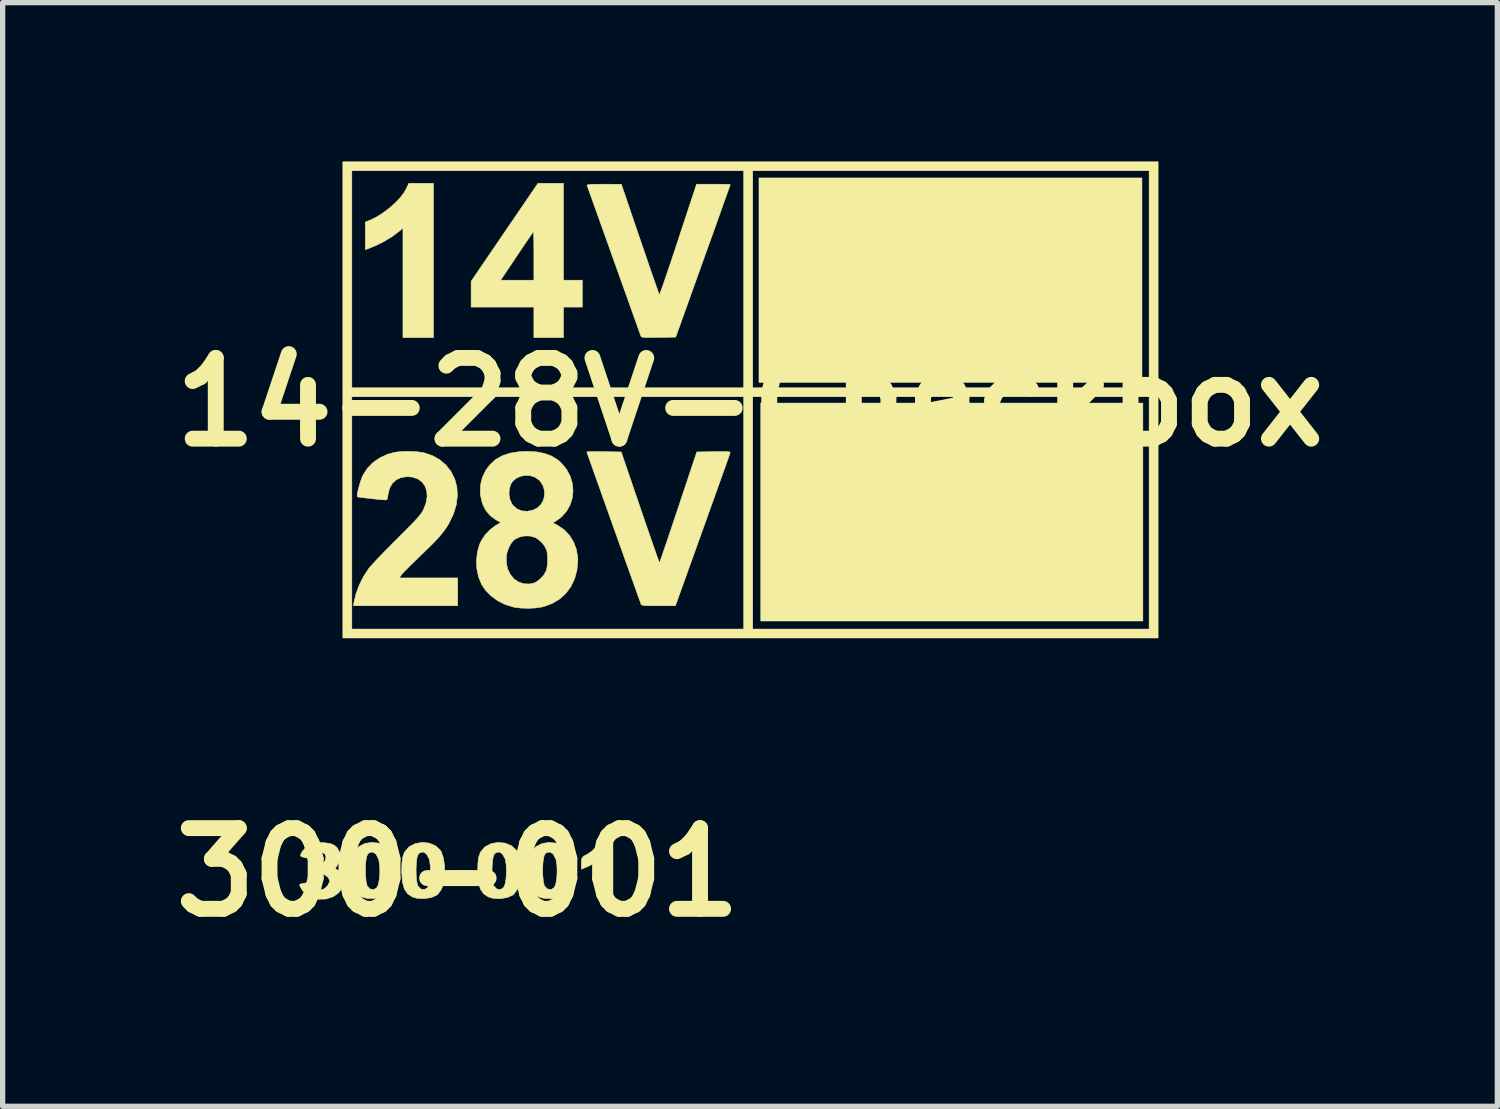
<source format=kicad_pcb>
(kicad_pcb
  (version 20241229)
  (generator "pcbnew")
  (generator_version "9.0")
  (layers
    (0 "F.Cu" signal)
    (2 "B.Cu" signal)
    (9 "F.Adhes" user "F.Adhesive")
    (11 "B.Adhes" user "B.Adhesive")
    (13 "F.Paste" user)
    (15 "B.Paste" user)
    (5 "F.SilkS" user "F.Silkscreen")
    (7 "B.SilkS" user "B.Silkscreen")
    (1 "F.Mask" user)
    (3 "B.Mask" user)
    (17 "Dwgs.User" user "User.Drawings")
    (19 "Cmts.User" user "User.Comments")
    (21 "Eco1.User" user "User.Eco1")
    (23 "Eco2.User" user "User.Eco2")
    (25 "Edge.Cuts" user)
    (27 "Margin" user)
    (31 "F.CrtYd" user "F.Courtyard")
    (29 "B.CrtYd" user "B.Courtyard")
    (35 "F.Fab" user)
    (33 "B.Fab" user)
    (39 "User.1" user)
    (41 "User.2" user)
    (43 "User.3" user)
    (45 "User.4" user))
  (footprint "300-001"
    (layer "F.Cu")
    (at 5.595 13.42)
    (property "Reference" "300-001" (at 0 0 0) (layer "F.SilkS") (effects (font (size 1.524 1.524) (thickness 0.3))))
    (attr through_hole)
    (fp_poly (pts (xy 0.269 0.209) (xy -0.149 0.209) (xy -0.149 -0.03) (xy 0.269 -0.03) (xy 0.269 0.209)) (stroke (width 0.01) (type solid)) (fill yes) (layer "F.SilkS"))
    (fp_poly (pts (xy 2.928 0.478) (xy 2.63 0.478) (xy 2.63 0.131) (xy 2.629 -0.019) (xy 2.625 -0.117) (xy 2.617 -0.171) (xy 2.604 -0.189) (xy 2.59 -0.184) (xy 2.537 -0.151) (xy 2.458 -0.112) (xy 2.441 -0.105) (xy 2.331 -0.059) (xy 2.331 -0.175) (xy 2.338 -0.256) (xy 2.367 -0.301) (xy 2.417 -0.327) (xy 2.491 -0.371) (xy 2.574 -0.439) (xy 2.602 -0.465) (xy 2.681 -0.534) (xy 2.756 -0.563) (xy 2.815 -0.568) (xy 2.928 -0.568) (xy 2.928 0.478)) (stroke (width 0.01) (type solid)) (fill yes) (layer "F.SilkS"))
    (fp_poly (pts (xy -1.5 -0.552) (xy -1.38 -0.503) (xy -1.288 -0.417) (xy -1.267 -0.384) (xy -1.229 -0.27) (xy -1.207 -0.122) (xy -1.203 0.036) (xy -1.218 0.182) (xy -1.231 0.236) (xy -1.276 0.337) (xy -1.337 0.416) (xy -1.35 0.427) (xy -1.454 0.475) (xy -1.586 0.497) (xy -1.72 0.492) (xy -1.813 0.466) (xy -1.905 0.405) (xy -1.967 0.313) (xy -2.003 0.183) (xy -2.016 0.006) (xy -2.017 -0.03) (xy -2.015 -0.066) (xy -1.746 -0.066) (xy -1.743 0.059) (xy -1.733 0.17) (xy -1.714 0.25) (xy -1.709 0.261) (xy -1.652 0.317) (xy -1.583 0.324) (xy -1.527 0.287) (xy -1.499 0.223) (xy -1.481 0.118) (xy -1.473 -0.005) (xy -1.477 -0.129) (xy -1.493 -0.234) (xy -1.499 -0.254) (xy -1.546 -0.343) (xy -1.607 -0.384) (xy -1.671 -0.372) (xy -1.704 -0.343) (xy -1.726 -0.285) (xy -1.74 -0.187) (xy -1.746 -0.066) (xy -2.015 -0.066) (xy -2.012 -0.183) (xy -1.996 -0.292) (xy -1.968 -0.374) (xy -1.963 -0.383) (xy -1.879 -0.481) (xy -1.764 -0.541) (xy -1.633 -0.565) (xy -1.5 -0.552)) (stroke (width 0.01) (type solid)) (fill yes) (layer "F.SilkS"))
    (fp_poly (pts (xy -0.544 -0.552) (xy -0.424 -0.503) (xy -0.331 -0.417) (xy -0.311 -0.384) (xy -0.273 -0.27) (xy -0.251 -0.122) (xy -0.247 0.036) (xy -0.262 0.182) (xy -0.275 0.236) (xy -0.32 0.337) (xy -0.381 0.416) (xy -0.394 0.427) (xy -0.497 0.475) (xy -0.629 0.497) (xy -0.764 0.492) (xy -0.857 0.466) (xy -0.949 0.405) (xy -1.011 0.313) (xy -1.047 0.183) (xy -1.06 0.006) (xy -1.06 -0.03) (xy -1.059 -0.066) (xy -0.789 -0.066) (xy -0.787 0.059) (xy -0.777 0.17) (xy -0.758 0.25) (xy -0.753 0.261) (xy -0.696 0.317) (xy -0.626 0.324) (xy -0.571 0.287) (xy -0.543 0.223) (xy -0.525 0.118) (xy -0.517 -0.005) (xy -0.521 -0.129) (xy -0.537 -0.234) (xy -0.543 -0.254) (xy -0.59 -0.343) (xy -0.651 -0.384) (xy -0.715 -0.372) (xy -0.748 -0.343) (xy -0.77 -0.285) (xy -0.783 -0.187) (xy -0.789 -0.066) (xy -1.059 -0.066) (xy -1.056 -0.183) (xy -1.04 -0.292) (xy -1.011 -0.374) (xy -1.006 -0.383) (xy -0.923 -0.481) (xy -0.808 -0.541) (xy -0.677 -0.565) (xy -0.544 -0.552)) (stroke (width 0.01) (type solid)) (fill yes) (layer "F.SilkS"))
    (fp_poly (pts (xy 0.891 -0.552) (xy 1.011 -0.503) (xy 1.103 -0.417) (xy 1.123 -0.384) (xy 1.161 -0.27) (xy 1.183 -0.122) (xy 1.187 0.036) (xy 1.172 0.182) (xy 1.159 0.236) (xy 1.114 0.337) (xy 1.053 0.416) (xy 1.04 0.427) (xy 0.937 0.475) (xy 0.805 0.497) (xy 0.67 0.492) (xy 0.577 0.466) (xy 0.486 0.405) (xy 0.424 0.313) (xy 0.388 0.183) (xy 0.374 0.006) (xy 0.374 -0.03) (xy 0.375 -0.066) (xy 0.645 -0.066) (xy 0.647 0.059) (xy 0.658 0.17) (xy 0.676 0.25) (xy 0.682 0.261) (xy 0.739 0.317) (xy 0.808 0.324) (xy 0.864 0.287) (xy 0.891 0.223) (xy 0.909 0.118) (xy 0.917 -0.005) (xy 0.914 -0.129) (xy 0.898 -0.234) (xy 0.892 -0.254) (xy 0.844 -0.343) (xy 0.784 -0.384) (xy 0.72 -0.372) (xy 0.686 -0.343) (xy 0.665 -0.285) (xy 0.651 -0.187) (xy 0.645 -0.066) (xy 0.375 -0.066) (xy 0.379 -0.183) (xy 0.394 -0.292) (xy 0.423 -0.374) (xy 0.428 -0.383) (xy 0.511 -0.481) (xy 0.626 -0.541) (xy 0.758 -0.565) (xy 0.891 -0.552)) (stroke (width 0.01) (type solid)) (fill yes) (layer "F.SilkS"))
    (fp_poly (pts (xy 1.847 -0.552) (xy 1.967 -0.503) (xy 2.059 -0.417) (xy 2.079 -0.384) (xy 2.117 -0.27) (xy 2.139 -0.122) (xy 2.144 0.036) (xy 2.129 0.182) (xy 2.116 0.236) (xy 2.07 0.337) (xy 2.009 0.416) (xy 1.996 0.427) (xy 1.893 0.475) (xy 1.761 0.497) (xy 1.627 0.492) (xy 1.533 0.466) (xy 1.442 0.405) (xy 1.38 0.313) (xy 1.344 0.183) (xy 1.331 0.006) (xy 1.33 -0.03) (xy 1.331 -0.066) (xy 1.601 -0.066) (xy 1.603 0.059) (xy 1.614 0.17) (xy 1.632 0.25) (xy 1.638 0.261) (xy 1.695 0.317) (xy 1.764 0.324) (xy 1.82 0.287) (xy 1.848 0.223) (xy 1.866 0.118) (xy 1.874 -0.005) (xy 1.87 -0.129) (xy 1.854 -0.234) (xy 1.848 -0.254) (xy 1.801 -0.343) (xy 1.74 -0.384) (xy 1.676 -0.372) (xy 1.643 -0.343) (xy 1.621 -0.285) (xy 1.607 -0.187) (xy 1.601 -0.066) (xy 1.331 -0.066) (xy 1.335 -0.183) (xy 1.35 -0.292) (xy 1.379 -0.374) (xy 1.384 -0.383) (xy 1.468 -0.481) (xy 1.582 -0.541) (xy 1.714 -0.565) (xy 1.847 -0.552)) (stroke (width 0.01) (type solid)) (fill yes) (layer "F.SilkS"))
    (fp_poly (pts (xy -2.513 -0.558) (xy -2.4 -0.54) (xy -2.326 -0.507) (xy -2.279 -0.463) (xy -2.221 -0.356) (xy -2.221 -0.242) (xy -2.273 -0.139) (xy -2.306 -0.086) (xy -2.308 -0.06) (xy -2.304 -0.06) (xy -2.251 -0.034) (xy -2.198 0.028) (xy -2.161 0.105) (xy -2.152 0.157) (xy -2.178 0.283) (xy -2.251 0.387) (xy -2.358 0.462) (xy -2.49 0.504) (xy -2.635 0.508) (xy -2.782 0.468) (xy -2.803 0.458) (xy -2.873 0.407) (xy -2.938 0.335) (xy -2.981 0.263) (xy -2.988 0.23) (xy -2.962 0.218) (xy -2.895 0.205) (xy -2.864 0.2) (xy -2.778 0.195) (xy -2.725 0.213) (xy -2.682 0.256) (xy -2.624 0.308) (xy -2.569 0.329) (xy -2.512 0.304) (xy -2.456 0.247) (xy -2.423 0.179) (xy -2.42 0.16) (xy -2.446 0.1) (xy -2.509 0.05) (xy -2.586 0.03) (xy -2.587 0.03) (xy -2.639 0.02) (xy -2.658 -0.022) (xy -2.66 -0.06) (xy -2.65 -0.125) (xy -2.615 -0.148) (xy -2.599 -0.149) (xy -2.538 -0.175) (xy -2.499 -0.235) (xy -2.492 -0.304) (xy -2.509 -0.343) (xy -2.575 -0.385) (xy -2.643 -0.374) (xy -2.695 -0.313) (xy -2.738 -0.258) (xy -2.777 -0.251) (xy -2.841 -0.267) (xy -2.906 -0.282) (xy -2.961 -0.298) (xy -2.972 -0.325) (xy -2.946 -0.383) (xy -2.945 -0.385) (xy -2.863 -0.481) (xy -2.74 -0.541) (xy -2.584 -0.562) (xy -2.513 -0.558)) (stroke (width 0.01) (type solid)) (fill yes) (layer "F.SilkS")))
  (footprint "14-28V-Checkbox"
    (layer "F.Cu")
    (at 11.111 4.543)
    (property "Reference" "14-28V-Checkbox" (at 0 0 0) (layer "F.SilkS") (effects (font (size 1.524 1.524) (thickness 0.3))))
    (attr through_hole)
    (fp_poly (pts (xy 7.4 -0.373) (xy 0.169 -0.373) (xy 0.169 -4.233) (xy 7.4 -4.233) (xy 7.4 -0.373)) (stroke (width 0.01) (type solid)) (fill yes) (layer "F.SilkS"))
    (fp_poly (pts (xy 7.417 4.132) (xy 0.203 4.132) (xy 0.203 0.017) (xy 7.417 0.017) (xy 7.417 4.132)) (stroke (width 0.01) (type solid)) (fill yes) (layer "F.SilkS"))
    (fp_poly (pts (xy -5.977 -1.219) (xy -6.553 -1.219) (xy -6.553 -3.289) (xy -6.612 -3.237) (xy -6.749 -3.132) (xy -6.91 -3.034) (xy -7.083 -2.949) (xy -7.158 -2.919) (xy -7.264 -2.879) (xy -7.264 -3.4) (xy -7.171 -3.437) (xy -7.052 -3.496) (xy -6.93 -3.573) (xy -6.81 -3.663) (xy -6.698 -3.762) (xy -6.602 -3.864) (xy -6.527 -3.964) (xy -6.491 -4.029) (xy -6.443 -4.131) (xy -5.977 -4.132) (xy -5.977 -1.219)) (stroke (width 0.01) (type solid)) (fill yes) (layer "F.SilkS"))
    (fp_poly (pts (xy 7.705 4.453) (xy -7.688 4.453) (xy -7.688 -0.102) (xy -7.518 -0.102) (xy -7.518 4.284) (xy -0.119 4.284) (xy -0.119 -0.102) (xy 0.051 -0.102) (xy 0.051 4.284) (xy 7.535 4.284) (xy 7.535 -0.102) (xy 0.051 -0.102) (xy -0.119 -0.102) (xy -7.518 -0.102) (xy -7.688 -0.102) (xy -7.688 -4.369) (xy -7.518 -4.369) (xy -7.518 -0.271) (xy -0.119 -0.271) (xy -0.119 -4.369) (xy 0.051 -4.369) (xy 0.051 -0.271) (xy 7.535 -0.271) (xy 7.535 -4.369) (xy 0.051 -4.369) (xy -0.119 -4.369) (xy -7.518 -4.369) (xy -7.688 -4.369) (xy -7.688 -4.538) (xy 7.705 -4.538) (xy 7.705 4.453)) (stroke (width 0.01) (type solid)) (fill yes) (layer "F.SilkS"))
    (fp_poly (pts (xy -3.522 -2.303) (xy -3.167 -2.303) (xy -3.167 -1.795) (xy -3.522 -1.795) (xy -3.522 -1.219) (xy -4.081 -1.219) (xy -4.081 -1.795) (xy -5.266 -1.795) (xy -5.266 -2.281) (xy -5.251 -2.303) (xy -4.708 -2.303) (xy -4.081 -2.303) (xy -4.081 -2.76) (xy -4.081 -2.881) (xy -4.082 -2.989) (xy -4.083 -3.081) (xy -4.085 -3.153) (xy -4.087 -3.2) (xy -4.089 -3.217) (xy -4.089 -3.217) (xy -4.1 -3.204) (xy -4.128 -3.165) (xy -4.169 -3.105) (xy -4.223 -3.027) (xy -4.286 -2.934) (xy -4.357 -2.829) (xy -4.403 -2.76) (xy -4.708 -2.303) (xy -5.251 -2.303) (xy -4.636 -3.206) (xy -4.005 -4.131) (xy -3.763 -4.131) (xy -3.522 -4.132) (xy -3.522 -2.303)) (stroke (width 0.01) (type solid)) (fill yes) (layer "F.SilkS"))
    (fp_poly (pts (xy -0.591 -4.115) (xy -0.505 -4.114) (xy -0.436 -4.113) (xy -0.39 -4.111) (xy -0.373 -4.109) (xy -0.373 -4.109) (xy -0.378 -4.093) (xy -0.394 -4.047) (xy -0.42 -3.974) (xy -0.455 -3.875) (xy -0.499 -3.754) (xy -0.549 -3.612) (xy -0.606 -3.452) (xy -0.669 -3.275) (xy -0.737 -3.085) (xy -0.81 -2.884) (xy -0.885 -2.673) (xy -0.888 -2.666) (xy -1.403 -1.228) (xy -1.726 -1.223) (xy -1.838 -1.222) (xy -1.921 -1.221) (xy -1.979 -1.222) (xy -2.018 -1.225) (xy -2.041 -1.23) (xy -2.054 -1.238) (xy -2.061 -1.249) (xy -2.064 -1.257) (xy -2.071 -1.278) (xy -2.09 -1.329) (xy -2.118 -1.407) (xy -2.154 -1.51) (xy -2.199 -1.636) (xy -2.251 -1.781) (xy -2.309 -1.944) (xy -2.373 -2.122) (xy -2.441 -2.313) (xy -2.513 -2.515) (xy -2.574 -2.684) (xy -2.648 -2.892) (xy -2.719 -3.091) (xy -2.786 -3.279) (xy -2.848 -3.453) (xy -2.905 -3.611) (xy -2.955 -3.751) (xy -2.997 -3.87) (xy -3.032 -3.966) (xy -3.057 -4.037) (xy -3.073 -4.08) (xy -3.077 -4.094) (xy -3.073 -4.101) (xy -3.051 -4.107) (xy -3.008 -4.111) (xy -2.941 -4.113) (xy -2.846 -4.114) (xy -2.758 -4.115) (xy -2.43 -4.114) (xy -2.077 -3.077) (xy -2.015 -2.898) (xy -1.957 -2.728) (xy -1.903 -2.57) (xy -1.854 -2.427) (xy -1.81 -2.302) (xy -1.773 -2.197) (xy -1.744 -2.115) (xy -1.724 -2.059) (xy -1.714 -2.031) (xy -1.712 -2.028) (xy -1.705 -2.042) (xy -1.689 -2.085) (xy -1.663 -2.155) (xy -1.63 -2.249) (xy -1.59 -2.365) (xy -1.544 -2.501) (xy -1.493 -2.652) (xy -1.438 -2.817) (xy -1.379 -2.994) (xy -1.356 -3.066) (xy -1.01 -4.115) (xy -0.691 -4.115) (xy -0.591 -4.115)) (stroke (width 0.01) (type solid)) (fill yes) (layer "F.SilkS"))
    (fp_poly (pts (xy -0.438 0.935) (xy -0.402 0.937) (xy -0.383 0.942) (xy -0.376 0.95) (xy -0.377 0.96) (xy -0.377 0.961) (xy -0.384 0.981) (xy -0.401 1.03) (xy -0.428 1.107) (xy -0.464 1.209) (xy -0.509 1.333) (xy -0.56 1.477) (xy -0.618 1.639) (xy -0.681 1.816) (xy -0.75 2.006) (xy -0.821 2.207) (xy -0.88 2.371) (xy -0.955 2.579) (xy -1.026 2.778) (xy -1.094 2.967) (xy -1.157 3.142) (xy -1.214 3.302) (xy -1.265 3.444) (xy -1.309 3.565) (xy -1.344 3.664) (xy -1.37 3.737) (xy -1.387 3.783) (xy -1.392 3.797) (xy -1.409 3.844) (xy -1.727 3.844) (xy -1.839 3.844) (xy -1.922 3.843) (xy -1.98 3.84) (xy -2.018 3.836) (xy -2.041 3.83) (xy -2.052 3.822) (xy -2.057 3.814) (xy -2.066 3.788) (xy -2.086 3.734) (xy -2.115 3.655) (xy -2.151 3.553) (xy -2.195 3.43) (xy -2.245 3.29) (xy -2.3 3.136) (xy -2.36 2.97) (xy -2.422 2.795) (xy -2.487 2.614) (xy -2.553 2.429) (xy -2.619 2.244) (xy -2.684 2.06) (xy -2.748 1.881) (xy -2.809 1.71) (xy -2.866 1.549) (xy -2.919 1.401) (xy -2.966 1.269) (xy -3.006 1.155) (xy -3.039 1.062) (xy -3.063 0.994) (xy -3.078 0.952) (xy -3.082 0.94) (xy -3.066 0.937) (xy -3.021 0.935) (xy -2.953 0.934) (xy -2.866 0.934) (xy -2.766 0.935) (xy -2.757 0.935) (xy -2.432 0.94) (xy -2.076 1.985) (xy -2.014 2.165) (xy -1.956 2.335) (xy -1.901 2.493) (xy -1.852 2.635) (xy -1.808 2.76) (xy -1.772 2.864) (xy -1.743 2.946) (xy -1.722 3.001) (xy -1.712 3.029) (xy -1.71 3.031) (xy -1.703 3.015) (xy -1.687 2.97) (xy -1.662 2.898) (xy -1.629 2.802) (xy -1.588 2.685) (xy -1.542 2.548) (xy -1.491 2.396) (xy -1.435 2.23) (xy -1.376 2.053) (xy -1.353 1.985) (xy -1.005 0.94) (xy -0.687 0.935) (xy -0.576 0.934) (xy -0.494 0.933) (xy -0.438 0.935)) (stroke (width 0.01) (type solid)) (fill yes) (layer "F.SilkS"))
    (fp_poly (pts (xy -6.39 0.931) (xy -6.274 0.938) (xy -6.175 0.952) (xy -6.155 0.956) (xy -5.998 1.009) (xy -5.858 1.088) (xy -5.739 1.19) (xy -5.644 1.313) (xy -5.575 1.453) (xy -5.535 1.603) (xy -5.525 1.771) (xy -5.548 1.944) (xy -5.602 2.119) (xy -5.688 2.293) (xy -5.728 2.358) (xy -5.765 2.413) (xy -5.807 2.468) (xy -5.855 2.526) (xy -5.914 2.592) (xy -5.986 2.667) (xy -6.075 2.755) (xy -6.182 2.859) (xy -6.31 2.983) (xy -6.326 2.998) (xy -6.4 3.07) (xy -6.469 3.138) (xy -6.526 3.196) (xy -6.567 3.241) (xy -6.585 3.264) (xy -6.623 3.319) (xy -5.52 3.319) (xy -5.52 3.844) (xy -7.488 3.844) (xy -7.476 3.772) (xy -7.44 3.618) (xy -7.379 3.455) (xy -7.298 3.293) (xy -7.205 3.15) (xy -7.175 3.112) (xy -7.123 3.055) (xy -7.054 2.98) (xy -6.971 2.893) (xy -6.877 2.796) (xy -6.775 2.692) (xy -6.673 2.59) (xy -6.553 2.471) (xy -6.455 2.372) (xy -6.376 2.292) (xy -6.314 2.226) (xy -6.266 2.173) (xy -6.23 2.129) (xy -6.202 2.092) (xy -6.181 2.059) (xy -6.165 2.029) (xy -6.117 1.903) (xy -6.097 1.785) (xy -6.104 1.678) (xy -6.137 1.584) (xy -6.193 1.507) (xy -6.272 1.449) (xy -6.372 1.415) (xy -6.465 1.406) (xy -6.579 1.42) (xy -6.675 1.462) (xy -6.751 1.53) (xy -6.805 1.622) (xy -6.834 1.737) (xy -6.836 1.755) (xy -6.844 1.808) (xy -6.854 1.835) (xy -6.871 1.845) (xy -6.884 1.846) (xy -6.92 1.844) (xy -6.979 1.839) (xy -7.052 1.832) (xy -7.134 1.823) (xy -7.216 1.814) (xy -7.292 1.805) (xy -7.356 1.797) (xy -7.398 1.79) (xy -7.414 1.786) (xy -7.417 1.763) (xy -7.411 1.715) (xy -7.397 1.651) (xy -7.378 1.578) (xy -7.355 1.502) (xy -7.331 1.433) (xy -7.308 1.379) (xy -7.227 1.252) (xy -7.119 1.141) (xy -6.988 1.05) (xy -6.841 0.983) (xy -6.718 0.949) (xy -6.625 0.936) (xy -6.512 0.93) (xy -6.39 0.931)) (stroke (width 0.01) (type solid)) (fill yes) (layer "F.SilkS"))
    (fp_poly (pts (xy -4.031 0.939) (xy -3.878 0.969) (xy -3.746 1.018) (xy -3.631 1.09) (xy -3.558 1.154) (xy -3.463 1.271) (xy -3.395 1.399) (xy -3.355 1.534) (xy -3.342 1.672) (xy -3.356 1.808) (xy -3.396 1.938) (xy -3.463 2.057) (xy -3.555 2.162) (xy -3.628 2.218) (xy -3.72 2.28) (xy -3.63 2.327) (xy -3.509 2.409) (xy -3.409 2.515) (xy -3.331 2.642) (xy -3.278 2.784) (xy -3.253 2.937) (xy -3.252 2.989) (xy -3.267 3.167) (xy -3.311 3.332) (xy -3.381 3.48) (xy -3.477 3.61) (xy -3.596 3.717) (xy -3.735 3.801) (xy -3.894 3.859) (xy -3.937 3.869) (xy -4.055 3.886) (xy -4.19 3.892) (xy -4.326 3.888) (xy -4.448 3.873) (xy -4.47 3.868) (xy -4.618 3.822) (xy -4.759 3.752) (xy -4.885 3.661) (xy -4.991 3.555) (xy -5.067 3.444) (xy -5.124 3.304) (xy -5.157 3.151) (xy -5.165 2.991) (xy -5.156 2.912) (xy -4.601 2.912) (xy -4.6 3.042) (xy -4.573 3.158) (xy -4.524 3.258) (xy -4.455 3.339) (xy -4.37 3.396) (xy -4.272 3.429) (xy -4.163 3.433) (xy -4.089 3.419) (xy -4.021 3.386) (xy -3.953 3.331) (xy -3.893 3.262) (xy -3.851 3.19) (xy -3.842 3.167) (xy -3.828 3.089) (xy -3.821 2.997) (xy -3.823 2.904) (xy -3.833 2.822) (xy -3.842 2.788) (xy -3.882 2.712) (xy -3.942 2.638) (xy -4.014 2.578) (xy -4.056 2.555) (xy -4.15 2.528) (xy -4.252 2.525) (xy -4.351 2.546) (xy -4.437 2.588) (xy -4.468 2.613) (xy -4.517 2.675) (xy -4.56 2.758) (xy -4.59 2.849) (xy -4.601 2.912) (xy -5.156 2.912) (xy -5.148 2.833) (xy -5.106 2.685) (xy -5.068 2.605) (xy -5.003 2.509) (xy -4.917 2.417) (xy -4.821 2.341) (xy -4.788 2.321) (xy -4.705 2.273) (xy -4.797 2.222) (xy -4.908 2.141) (xy -4.993 2.037) (xy -5.053 1.913) (xy -5.087 1.767) (xy -5.091 1.734) (xy -4.551 1.734) (xy -4.535 1.832) (xy -4.497 1.919) (xy -4.477 1.947) (xy -4.399 2.016) (xy -4.308 2.053) (xy -4.204 2.06) (xy -4.103 2.04) (xy -4.016 1.998) (xy -3.949 1.935) (xy -3.903 1.854) (xy -3.88 1.764) (xy -3.881 1.67) (xy -3.907 1.578) (xy -3.96 1.494) (xy -3.979 1.474) (xy -4.055 1.419) (xy -4.144 1.389) (xy -4.239 1.383) (xy -4.332 1.399) (xy -4.416 1.438) (xy -4.484 1.497) (xy -4.514 1.543) (xy -4.544 1.634) (xy -4.551 1.734) (xy -5.091 1.734) (xy -5.092 1.719) (xy -5.088 1.562) (xy -5.051 1.414) (xy -4.983 1.277) (xy -4.905 1.175) (xy -4.8 1.081) (xy -4.674 1.01) (xy -4.527 0.962) (xy -4.355 0.935) (xy -4.209 0.93) (xy -4.031 0.939)) (stroke (width 0.01) (type solid)) (fill yes) (layer "F.SilkS")))
  (gr_rect
    (start -3 -3)
    (end 25.221 17.838)
    (stroke (width 0.1) (type default))
    (fill no)
    (layer "Edge.Cuts")))
</source>
